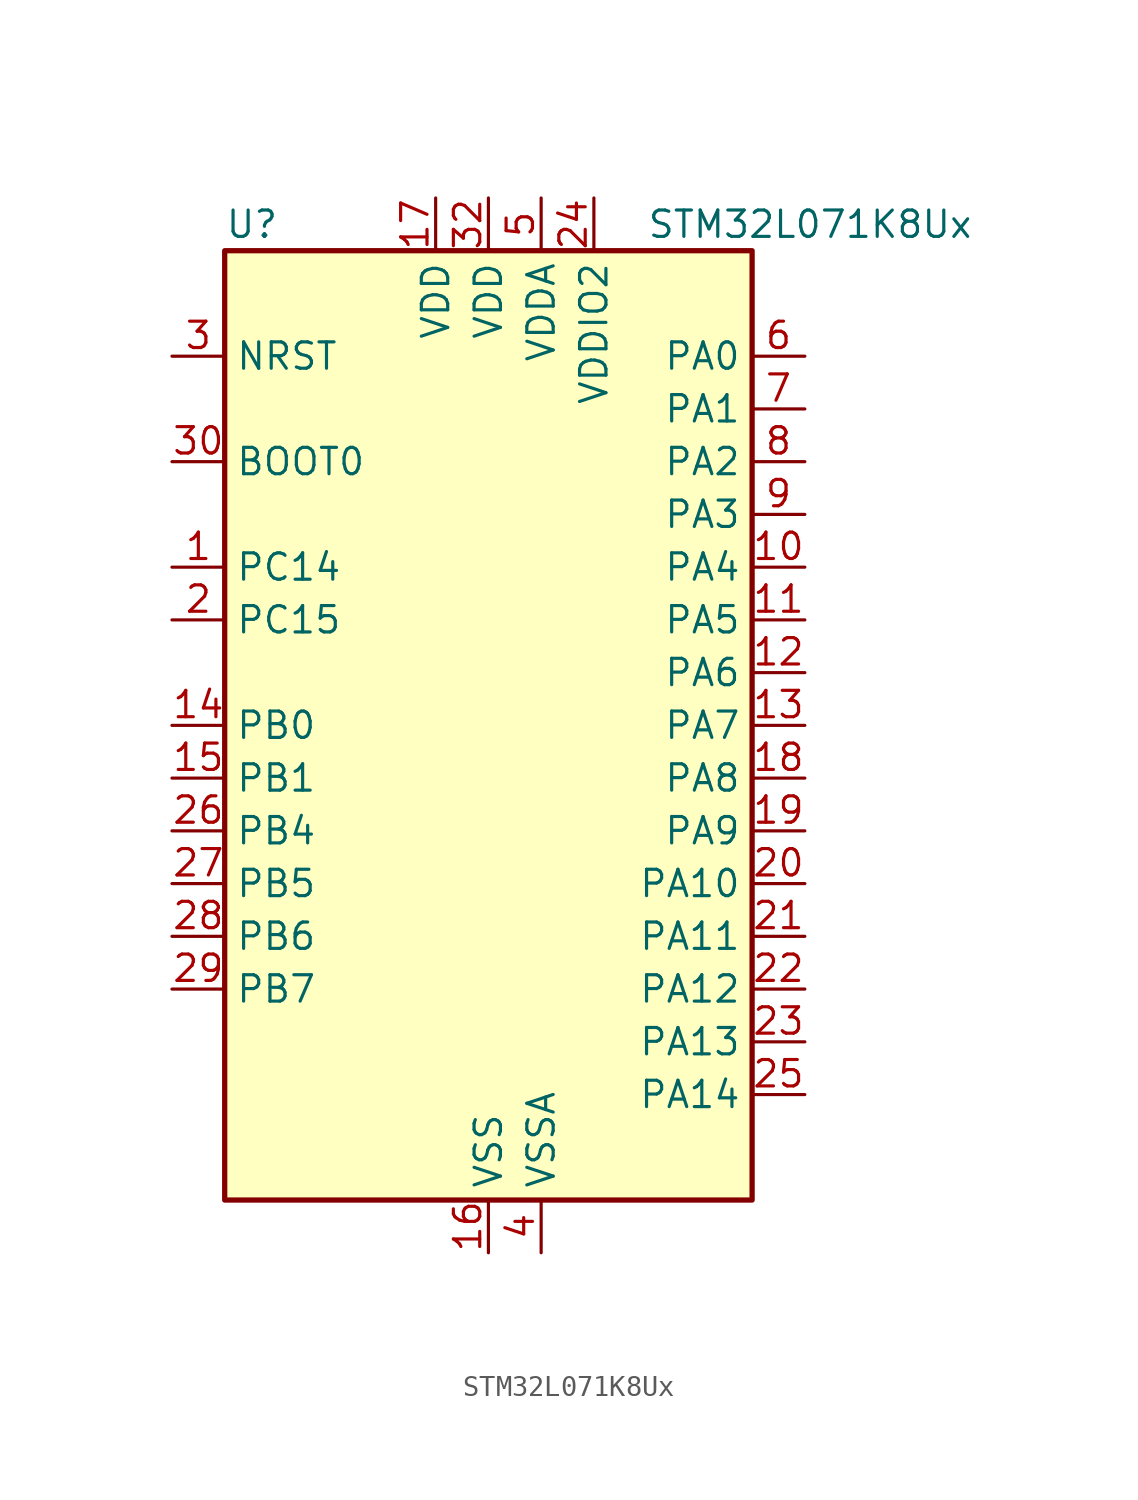
<source format=kicad_sym>
(kicad_symbol_lib
  (version 20241209)
  (generator "kicad_symbol_editor")
  (generator_version "9.0")
  (symbol "STM32L071K8Ux"
    (property "Reference" "U"
      (at -12.7 24.13 0)
      (effects (font (size 1.27 1.27)) (justify left)))
    (property "Value" "STM32L071K8Ux"
      (at 7.62 24.13 0)
      (effects (font (size 1.27 1.27)) (justify left)))
    (symbol "STM32L071K8Ux_0_1"
      (rectangle (start -12.7 -22.86) (end 12.7 22.86) (stroke (width 0.254) (type default)) (fill (type background))))
    (symbol "STM32L071K8Ux_1_1"
      (pin input line (at -15.24 17.78 0) (length 2.54) (name "NRST" (effects (font (size 1.27 1.27)))) (number "3" (effects (font (size 1.27 1.27)))))
      (pin input line (at -15.24 12.7 0) (length 2.54) (name "BOOT0" (effects (font (size 1.27 1.27)))) (number "30" (effects (font (size 1.27 1.27)))))
      (pin bidirectional line (at -15.24 7.62 0) (length 2.54) (name "PC14" (effects (font (size 1.27 1.27)))) (number "1" (effects (font (size 1.27 1.27)))) (alternate "RCC_OSC32_IN" bidirectional line))
      (pin bidirectional line (at -15.24 5.08 0) (length 2.54) (name "PC15" (effects (font (size 1.27 1.27)))) (number "2" (effects (font (size 1.27 1.27)))) (alternate "RCC_OSC32_OUT" bidirectional line))
      (pin bidirectional line (at -15.24 0 0) (length 2.54) (name "PB0" (effects (font (size 1.27 1.27)))) (number "14" (effects (font (size 1.27 1.27)))) (alternate "ADC_IN8" bidirectional line) (alternate "SYS_VREF_OUT_PB0" bidirectional line) (alternate "TIM3_CH3" bidirectional line))
      (pin bidirectional line (at -15.24 -2.54 0) (length 2.54) (name "PB1" (effects (font (size 1.27 1.27)))) (number "15" (effects (font (size 1.27 1.27)))) (alternate "ADC_IN9" bidirectional line) (alternate "LPUART1_DE" bidirectional line) (alternate "LPUART1_RTS" bidirectional line) (alternate "SYS_VREF_OUT_PB1" bidirectional line) (alternate "TIM3_CH4" bidirectional line))
      (pin bidirectional line (at -15.24 -5.08 0) (length 2.54) (name "PB4" (effects (font (size 1.27 1.27)))) (number "26" (effects (font (size 1.27 1.27)))) (alternate "COMP2_INP" bidirectional line) (alternate "I2C3_SDA" bidirectional line) (alternate "SPI1_MISO" bidirectional line) (alternate "TIM22_CH1" bidirectional line) (alternate "TIM3_CH1" bidirectional line) (alternate "USART1_CTS" bidirectional line))
      (pin bidirectional line (at -15.24 -7.62 0) (length 2.54) (name "PB5" (effects (font (size 1.27 1.27)))) (number "27" (effects (font (size 1.27 1.27)))) (alternate "COMP2_INP" bidirectional line) (alternate "I2C1_SMBA" bidirectional line) (alternate "LPTIM1_IN1" bidirectional line) (alternate "SPI1_MOSI" bidirectional line) (alternate "TIM22_CH2" bidirectional line) (alternate "TIM3_CH2" bidirectional line) (alternate "USART1_CK" bidirectional line))
      (pin bidirectional line (at -15.24 -10.16 0) (length 2.54) (name "PB6" (effects (font (size 1.27 1.27)))) (number "28" (effects (font (size 1.27 1.27)))) (alternate "COMP2_INP" bidirectional line) (alternate "I2C1_SCL" bidirectional line) (alternate "LPTIM1_ETR" bidirectional line) (alternate "USART1_TX" bidirectional line))
      (pin bidirectional line (at -15.24 -12.7 0) (length 2.54) (name "PB7" (effects (font (size 1.27 1.27)))) (number "29" (effects (font (size 1.27 1.27)))) (alternate "COMP2_INP" bidirectional line) (alternate "I2C1_SDA" bidirectional line) (alternate "LPTIM1_IN2" bidirectional line) (alternate "SYS_PVD_IN" bidirectional line) (alternate "USART1_RX" bidirectional line) (alternate "USART4_CTS" bidirectional line))
      (pin power_in line (at -2.54 25.4 270) (length 2.54) (name "VDD" (effects (font (size 1.27 1.27)))) (number "17" (effects (font (size 1.27 1.27)))))
      (pin power_in line (at 0 25.4 270) (length 2.54) (name "VDD" (effects (font (size 1.27 1.27)))) (number "32" (effects (font (size 1.27 1.27)))))
      (pin power_in line (at 0 -25.4 90) (length 2.54) (name "VSS" (effects (font (size 1.27 1.27)))) (number "16" (effects (font (size 1.27 1.27)))))
      (pin passive line (at 0 -25.4 90) (length 2.54) (hide yes) (name "VSS" (effects (font (size 1.27 1.27)))) (number "31" (effects (font (size 1.27 1.27)))))
      (pin passive line (at 0 -25.4 90) (length 2.54) (hide yes) (name "VSS" (effects (font (size 1.27 1.27)))) (number "33" (effects (font (size 1.27 1.27)))))
      (pin power_in line (at 2.54 25.4 270) (length 2.54) (name "VDDA" (effects (font (size 1.27 1.27)))) (number "5" (effects (font (size 1.27 1.27)))))
      (pin power_in line (at 2.54 -25.4 90) (length 2.54) (name "VSSA" (effects (font (size 1.27 1.27)))) (number "4" (effects (font (size 1.27 1.27)))))
      (pin power_in line (at 5.08 25.4 270) (length 2.54) (name "VDDIO2" (effects (font (size 1.27 1.27)))) (number "24" (effects (font (size 1.27 1.27)))))
      (pin bidirectional line (at 15.24 17.78 180) (length 2.54) (name "PA0" (effects (font (size 1.27 1.27)))) (number "6" (effects (font (size 1.27 1.27)))) (alternate "ADC_IN0" bidirectional line) (alternate "COMP1_INM" bidirectional line) (alternate "COMP1_OUT" bidirectional line) (alternate "RTC_TAMP2" bidirectional line) (alternate "SYS_WKUP1" bidirectional line) (alternate "TIM2_CH1" bidirectional line) (alternate "TIM2_ETR" bidirectional line) (alternate "USART2_CTS" bidirectional line) (alternate "USART4_TX" bidirectional line))
      (pin bidirectional line (at 15.24 15.24 180) (length 2.54) (name "PA1" (effects (font (size 1.27 1.27)))) (number "7" (effects (font (size 1.27 1.27)))) (alternate "ADC_IN1" bidirectional line) (alternate "COMP1_INP" bidirectional line) (alternate "TIM21_ETR" bidirectional line) (alternate "TIM2_CH2" bidirectional line) (alternate "USART2_DE" bidirectional line) (alternate "USART2_RTS" bidirectional line) (alternate "USART4_RX" bidirectional line))
      (pin bidirectional line (at 15.24 12.7 180) (length 2.54) (name "PA2" (effects (font (size 1.27 1.27)))) (number "8" (effects (font (size 1.27 1.27)))) (alternate "ADC_IN2" bidirectional line) (alternate "COMP2_INM" bidirectional line) (alternate "COMP2_OUT" bidirectional line) (alternate "LPUART1_TX" bidirectional line) (alternate "TIM21_CH1" bidirectional line) (alternate "TIM2_CH3" bidirectional line) (alternate "USART2_TX" bidirectional line))
      (pin bidirectional line (at 15.24 10.16 180) (length 2.54) (name "PA3" (effects (font (size 1.27 1.27)))) (number "9" (effects (font (size 1.27 1.27)))) (alternate "ADC_IN3" bidirectional line) (alternate "COMP2_INP" bidirectional line) (alternate "LPUART1_RX" bidirectional line) (alternate "TIM21_CH2" bidirectional line) (alternate "TIM2_CH4" bidirectional line) (alternate "USART2_RX" bidirectional line))
      (pin bidirectional line (at 15.24 7.62 180) (length 2.54) (name "PA4" (effects (font (size 1.27 1.27)))) (number "10" (effects (font (size 1.27 1.27)))) (alternate "ADC_IN4" bidirectional line) (alternate "COMP1_INM" bidirectional line) (alternate "COMP2_INM" bidirectional line) (alternate "SPI1_NSS" bidirectional line) (alternate "TIM22_ETR" bidirectional line) (alternate "USART2_CK" bidirectional line))
      (pin bidirectional line (at 15.24 5.08 180) (length 2.54) (name "PA5" (effects (font (size 1.27 1.27)))) (number "11" (effects (font (size 1.27 1.27)))) (alternate "ADC_IN5" bidirectional line) (alternate "COMP1_INM" bidirectional line) (alternate "COMP2_INM" bidirectional line) (alternate "SPI1_SCK" bidirectional line) (alternate "TIM2_CH1" bidirectional line) (alternate "TIM2_ETR" bidirectional line))
      (pin bidirectional line (at 15.24 2.54 180) (length 2.54) (name "PA6" (effects (font (size 1.27 1.27)))) (number "12" (effects (font (size 1.27 1.27)))) (alternate "ADC_IN6" bidirectional line) (alternate "COMP1_OUT" bidirectional line) (alternate "LPUART1_CTS" bidirectional line) (alternate "SPI1_MISO" bidirectional line) (alternate "TIM22_CH1" bidirectional line) (alternate "TIM3_CH1" bidirectional line))
      (pin bidirectional line (at 15.24 0 180) (length 2.54) (name "PA7" (effects (font (size 1.27 1.27)))) (number "13" (effects (font (size 1.27 1.27)))) (alternate "ADC_IN7" bidirectional line) (alternate "COMP2_OUT" bidirectional line) (alternate "SPI1_MOSI" bidirectional line) (alternate "TIM22_CH2" bidirectional line) (alternate "TIM3_CH2" bidirectional line))
      (pin bidirectional line (at 15.24 -2.54 180) (length 2.54) (name "PA8" (effects (font (size 1.27 1.27)))) (number "18" (effects (font (size 1.27 1.27)))) (alternate "I2C3_SCL" bidirectional line) (alternate "RCC_MCO" bidirectional line) (alternate "USART1_CK" bidirectional line))
      (pin bidirectional line (at 15.24 -5.08 180) (length 2.54) (name "PA9" (effects (font (size 1.27 1.27)))) (number "19" (effects (font (size 1.27 1.27)))) (alternate "I2C1_SCL" bidirectional line) (alternate "I2C3_SMBA" bidirectional line) (alternate "RCC_MCO" bidirectional line) (alternate "USART1_TX" bidirectional line))
      (pin bidirectional line (at 15.24 -7.62 180) (length 2.54) (name "PA10" (effects (font (size 1.27 1.27)))) (number "20" (effects (font (size 1.27 1.27)))) (alternate "I2C1_SDA" bidirectional line) (alternate "USART1_RX" bidirectional line))
      (pin bidirectional line (at 15.24 -10.16 180) (length 2.54) (name "PA11" (effects (font (size 1.27 1.27)))) (number "21" (effects (font (size 1.27 1.27)))) (alternate "ADC_EXTI11" bidirectional line) (alternate "COMP1_OUT" bidirectional line) (alternate "SPI1_MISO" bidirectional line) (alternate "USART1_CTS" bidirectional line))
      (pin bidirectional line (at 15.24 -12.7 180) (length 2.54) (name "PA12" (effects (font (size 1.27 1.27)))) (number "22" (effects (font (size 1.27 1.27)))) (alternate "COMP2_OUT" bidirectional line) (alternate "SPI1_MOSI" bidirectional line) (alternate "USART1_DE" bidirectional line) (alternate "USART1_RTS" bidirectional line))
      (pin bidirectional line (at 15.24 -15.24 180) (length 2.54) (name "PA13" (effects (font (size 1.27 1.27)))) (number "23" (effects (font (size 1.27 1.27)))) (alternate "LPUART1_RX" bidirectional line) (alternate "SYS_SWDIO" bidirectional line))
      (pin bidirectional line (at 15.24 -17.78 180) (length 2.54) (name "PA14" (effects (font (size 1.27 1.27)))) (number "25" (effects (font (size 1.27 1.27)))) (alternate "LPUART1_TX" bidirectional line) (alternate "SYS_SWCLK" bidirectional line) (alternate "USART2_TX" bidirectional line)))))
</source>
